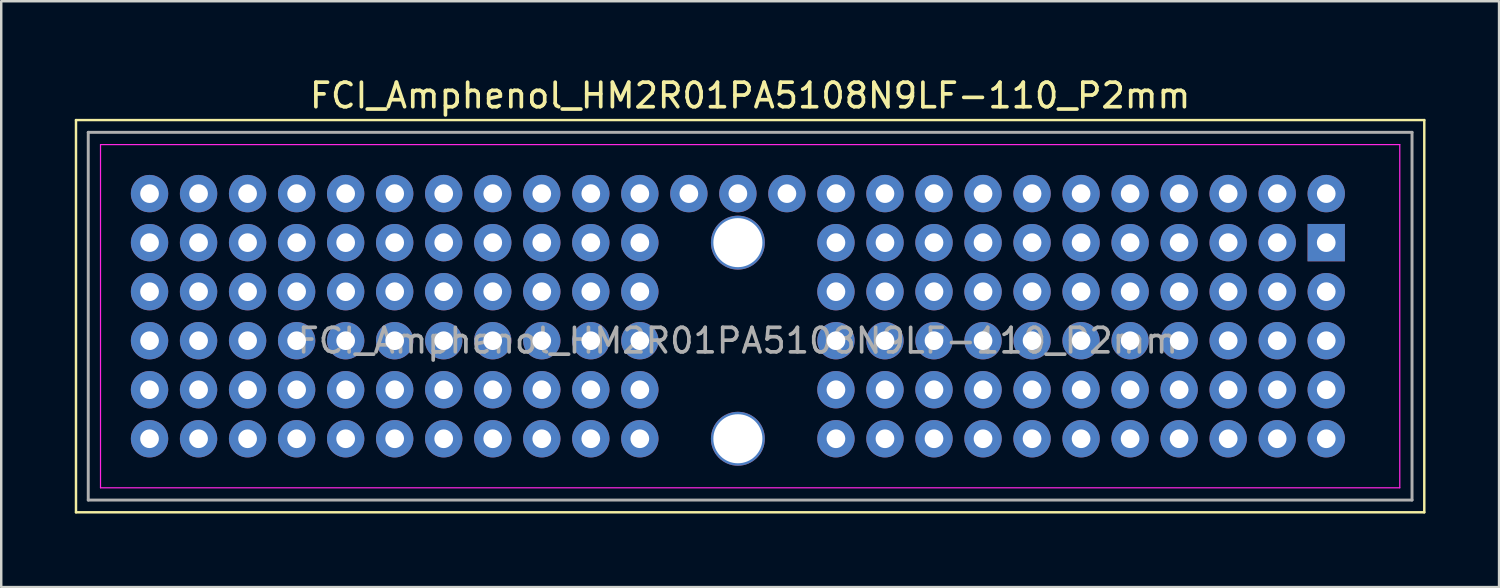
<source format=kicad_pcb>
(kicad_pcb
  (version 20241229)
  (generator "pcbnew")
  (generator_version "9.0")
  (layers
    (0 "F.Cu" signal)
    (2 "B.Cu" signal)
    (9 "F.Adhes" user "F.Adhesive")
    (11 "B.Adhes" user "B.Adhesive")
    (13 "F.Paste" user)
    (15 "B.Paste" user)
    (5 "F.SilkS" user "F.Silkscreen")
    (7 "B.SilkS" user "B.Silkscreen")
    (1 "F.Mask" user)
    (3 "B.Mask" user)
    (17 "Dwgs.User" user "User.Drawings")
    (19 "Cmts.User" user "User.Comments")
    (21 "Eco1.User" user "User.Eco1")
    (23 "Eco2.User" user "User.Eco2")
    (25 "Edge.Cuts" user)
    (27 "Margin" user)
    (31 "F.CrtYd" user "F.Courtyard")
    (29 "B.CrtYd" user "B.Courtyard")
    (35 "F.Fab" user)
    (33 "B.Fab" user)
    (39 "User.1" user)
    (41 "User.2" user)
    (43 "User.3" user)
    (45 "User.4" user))
  (footprint "FCI_Amphenol_HM2R01PA5108N9LF-110_P2mm"
    (layer "F.Cu")
    (at 51.05 6.848)
    (property "Reference" "FCI_Amphenol_HM2R01PA5108N9LF-110_P2mm" (at -23.5 -6 0) (layer "F.SilkS") (effects (font (size 1 1) (thickness 0.15))))
    (attr through_hole)
    (fp_line (start -51 -5) (end 4 -5) (stroke (width 0.1) (type solid)) (layer "F.SilkS"))
    (fp_line (start -51 11) (end -51 -5) (stroke (width 0.1) (type solid)) (layer "F.SilkS"))
    (fp_line (start 4 -5) (end 4 11) (stroke (width 0.1) (type solid)) (layer "F.SilkS"))
    (fp_line (start 4 11) (end -51 11) (stroke (width 0.1) (type solid)) (layer "F.SilkS"))
    (fp_line (start -50 -4) (end 3 -4) (stroke (width 0.05) (type solid)) (layer "F.CrtYd"))
    (fp_line (start -50 10) (end -50 -4) (stroke (width 0.05) (type solid)) (layer "F.CrtYd"))
    (fp_line (start 3 -4) (end 3 10) (stroke (width 0.05) (type solid)) (layer "F.CrtYd"))
    (fp_line (start 3 10) (end -50 10) (stroke (width 0.05) (type solid)) (layer "F.CrtYd"))
    (fp_line (start -50.5 -4.5) (end -50.5 10.5) (stroke (width 0.12) (type solid)) (layer "F.Fab"))
    (fp_line (start -50.5 -4.5) (end 3.5 -4.5) (stroke (width 0.12) (type solid)) (layer "F.Fab"))
    (fp_line (start 3.5 -4.5) (end 3.5 10.5) (stroke (width 0.12) (type solid)) (layer "F.Fab"))
    (fp_line (start 3.5 10.5) (end -50.5 10.5) (stroke (width 0.12) (type solid)) (layer "F.Fab"))
    (fp_text user "${REFERENCE}" (at -24 4 0) (layer "F.Fab") (effects (font (size 1 1) (thickness 0.15))))
    (pad "1" thru_hole rect (at 0 0) (size 1.524 1.524) (drill 0.762) (layers "*.Cu" "*.Mask"))
    (pad "2" thru_hole circle (at -2 0) (size 1.524 1.524) (drill 0.762) (layers "*.Cu" "*.Mask"))
    (pad "3" thru_hole circle (at -4 0) (size 1.524 1.524) (drill 0.762) (layers "*.Cu" "*.Mask"))
    (pad "4" thru_hole circle (at -6 0) (size 1.524 1.524) (drill 0.762) (layers "*.Cu" "*.Mask"))
    (pad "5" thru_hole circle (at -8 0) (size 1.524 1.524) (drill 0.762) (layers "*.Cu" "*.Mask"))
    (pad "6" thru_hole circle (at -10 0) (size 1.524 1.524) (drill 0.762) (layers "*.Cu" "*.Mask"))
    (pad "7" thru_hole circle (at -12 0) (size 1.524 1.524) (drill 0.762) (layers "*.Cu" "*.Mask"))
    (pad "8" thru_hole circle (at -14 0) (size 1.524 1.524) (drill 0.762) (layers "*.Cu" "*.Mask"))
    (pad "9" thru_hole circle (at -16 0) (size 1.524 1.524) (drill 0.762) (layers "*.Cu" "*.Mask"))
    (pad "10" thru_hole circle (at -18 0) (size 1.524 1.524) (drill 0.762) (layers "*.Cu" "*.Mask"))
    (pad "11" thru_hole circle (at -20 0) (size 1.524 1.524) (drill 0.762) (layers "*.Cu" "*.Mask"))
    (pad "12" thru_hole circle (at -28 0) (size 1.524 1.524) (drill 0.762) (layers "*.Cu" "*.Mask"))
    (pad "13" thru_hole circle (at -30 0) (size 1.524 1.524) (drill 0.762) (layers "*.Cu" "*.Mask"))
    (pad "14" thru_hole circle (at -32 0) (size 1.524 1.524) (drill 0.762) (layers "*.Cu" "*.Mask"))
    (pad "15" thru_hole circle (at -34 0) (size 1.524 1.524) (drill 0.762) (layers "*.Cu" "*.Mask"))
    (pad "16" thru_hole circle (at -36 0) (size 1.524 1.524) (drill 0.762) (layers "*.Cu" "*.Mask"))
    (pad "17" thru_hole circle (at -38 0) (size 1.524 1.524) (drill 0.762) (layers "*.Cu" "*.Mask"))
    (pad "18" thru_hole circle (at -40 0) (size 1.524 1.524) (drill 0.762) (layers "*.Cu" "*.Mask"))
    (pad "19" thru_hole circle (at -42 0) (size 1.524 1.524) (drill 0.762) (layers "*.Cu" "*.Mask"))
    (pad "20" thru_hole circle (at -44 0) (size 1.524 1.524) (drill 0.762) (layers "*.Cu" "*.Mask"))
    (pad "21" thru_hole circle (at -46 0) (size 1.524 1.524) (drill 0.762) (layers "*.Cu" "*.Mask"))
    (pad "22" thru_hole circle (at -48 0) (size 1.524 1.524) (drill 0.762) (layers "*.Cu" "*.Mask"))
    (pad "23" thru_hole circle (at 0 2) (size 1.524 1.524) (drill 0.762) (layers "*.Cu" "*.Mask"))
    (pad "24" thru_hole circle (at -2 2) (size 1.524 1.524) (drill 0.762) (layers "*.Cu" "*.Mask"))
    (pad "25" thru_hole circle (at -4 2) (size 1.524 1.524) (drill 0.762) (layers "*.Cu" "*.Mask"))
    (pad "26" thru_hole circle (at -6 2) (size 1.524 1.524) (drill 0.762) (layers "*.Cu" "*.Mask"))
    (pad "27" thru_hole circle (at -8 2) (size 1.524 1.524) (drill 0.762) (layers "*.Cu" "*.Mask"))
    (pad "28" thru_hole circle (at -10 2) (size 1.524 1.524) (drill 0.762) (layers "*.Cu" "*.Mask"))
    (pad "29" thru_hole circle (at -12 2) (size 1.524 1.524) (drill 0.762) (layers "*.Cu" "*.Mask"))
    (pad "30" thru_hole circle (at -14 2) (size 1.524 1.524) (drill 0.762) (layers "*.Cu" "*.Mask"))
    (pad "31" thru_hole circle (at -16 2) (size 1.524 1.524) (drill 0.762) (layers "*.Cu" "*.Mask"))
    (pad "32" thru_hole circle (at -18 2) (size 1.524 1.524) (drill 0.762) (layers "*.Cu" "*.Mask"))
    (pad "33" thru_hole circle (at -20 2) (size 1.524 1.524) (drill 0.762) (layers "*.Cu" "*.Mask"))
    (pad "34" thru_hole circle (at -28 2) (size 1.524 1.524) (drill 0.762) (layers "*.Cu" "*.Mask"))
    (pad "35" thru_hole circle (at -30 2) (size 1.524 1.524) (drill 0.762) (layers "*.Cu" "*.Mask"))
    (pad "36" thru_hole circle (at -32 2) (size 1.524 1.524) (drill 0.762) (layers "*.Cu" "*.Mask"))
    (pad "37" thru_hole circle (at -34 2) (size 1.524 1.524) (drill 0.762) (layers "*.Cu" "*.Mask"))
    (pad "38" thru_hole circle (at -36 2) (size 1.524 1.524) (drill 0.762) (layers "*.Cu" "*.Mask"))
    (pad "39" thru_hole circle (at -38 2) (size 1.524 1.524) (drill 0.762) (layers "*.Cu" "*.Mask"))
    (pad "40" thru_hole circle (at -40 2) (size 1.524 1.524) (drill 0.762) (layers "*.Cu" "*.Mask"))
    (pad "41" thru_hole circle (at -42 2) (size 1.524 1.524) (drill 0.762) (layers "*.Cu" "*.Mask"))
    (pad "42" thru_hole circle (at -44 2) (size 1.524 1.524) (drill 0.762) (layers "*.Cu" "*.Mask"))
    (pad "43" thru_hole circle (at -46 2) (size 1.524 1.524) (drill 0.762) (layers "*.Cu" "*.Mask"))
    (pad "44" thru_hole circle (at -48 2) (size 1.524 1.524) (drill 0.762) (layers "*.Cu" "*.Mask"))
    (pad "45" thru_hole circle (at 0 4) (size 1.524 1.524) (drill 0.762) (layers "*.Cu" "*.Mask"))
    (pad "46" thru_hole circle (at -2 4) (size 1.524 1.524) (drill 0.762) (layers "*.Cu" "*.Mask"))
    (pad "47" thru_hole circle (at -4 4) (size 1.524 1.524) (drill 0.762) (layers "*.Cu" "*.Mask"))
    (pad "48" thru_hole circle (at -6 4) (size 1.524 1.524) (drill 0.762) (layers "*.Cu" "*.Mask"))
    (pad "49" thru_hole circle (at -8 4) (size 1.524 1.524) (drill 0.762) (layers "*.Cu" "*.Mask"))
    (pad "50" thru_hole circle (at -10 4) (size 1.524 1.524) (drill 0.762) (layers "*.Cu" "*.Mask"))
    (pad "51" thru_hole circle (at -12 4) (size 1.524 1.524) (drill 0.762) (layers "*.Cu" "*.Mask"))
    (pad "52" thru_hole circle (at -14 4) (size 1.524 1.524) (drill 0.762) (layers "*.Cu" "*.Mask"))
    (pad "53" thru_hole circle (at -16 4) (size 1.524 1.524) (drill 0.762) (layers "*.Cu" "*.Mask"))
    (pad "54" thru_hole circle (at -18 4) (size 1.524 1.524) (drill 0.762) (layers "*.Cu" "*.Mask"))
    (pad "55" thru_hole circle (at -20 4) (size 1.524 1.524) (drill 0.762) (layers "*.Cu" "*.Mask"))
    (pad "56" thru_hole circle (at -28 4) (size 1.524 1.524) (drill 0.762) (layers "*.Cu" "*.Mask"))
    (pad "57" thru_hole circle (at -30 4) (size 1.524 1.524) (drill 0.762) (layers "*.Cu" "*.Mask"))
    (pad "58" thru_hole circle (at -32 4) (size 1.524 1.524) (drill 0.762) (layers "*.Cu" "*.Mask"))
    (pad "59" thru_hole circle (at -34 4) (size 1.524 1.524) (drill 0.762) (layers "*.Cu" "*.Mask"))
    (pad "60" thru_hole circle (at -36 4) (size 1.524 1.524) (drill 0.762) (layers "*.Cu" "*.Mask"))
    (pad "61" thru_hole circle (at -38 4) (size 1.524 1.524) (drill 0.762) (layers "*.Cu" "*.Mask"))
    (pad "62" thru_hole circle (at -40 4) (size 1.524 1.524) (drill 0.762) (layers "*.Cu" "*.Mask"))
    (pad "63" thru_hole circle (at -42 4) (size 1.524 1.524) (drill 0.762) (layers "*.Cu" "*.Mask"))
    (pad "64" thru_hole circle (at -44 4) (size 1.524 1.524) (drill 0.762) (layers "*.Cu" "*.Mask"))
    (pad "65" thru_hole circle (at -46 4) (size 1.524 1.524) (drill 0.762) (layers "*.Cu" "*.Mask"))
    (pad "66" thru_hole circle (at -48 4) (size 1.524 1.524) (drill 0.762) (layers "*.Cu" "*.Mask"))
    (pad "67" thru_hole circle (at 0 6) (size 1.524 1.524) (drill 0.762) (layers "*.Cu" "*.Mask"))
    (pad "68" thru_hole circle (at -2 6) (size 1.524 1.524) (drill 0.762) (layers "*.Cu" "*.Mask"))
    (pad "69" thru_hole circle (at -4 6) (size 1.524 1.524) (drill 0.762) (layers "*.Cu" "*.Mask"))
    (pad "70" thru_hole circle (at -6 6) (size 1.524 1.524) (drill 0.762) (layers "*.Cu" "*.Mask"))
    (pad "71" thru_hole circle (at -8 6) (size 1.524 1.524) (drill 0.762) (layers "*.Cu" "*.Mask"))
    (pad "72" thru_hole circle (at -10 6) (size 1.524 1.524) (drill 0.762) (layers "*.Cu" "*.Mask"))
    (pad "73" thru_hole circle (at -12 6) (size 1.524 1.524) (drill 0.762) (layers "*.Cu" "*.Mask"))
    (pad "74" thru_hole circle (at -14 6) (size 1.524 1.524) (drill 0.762) (layers "*.Cu" "*.Mask"))
    (pad "75" thru_hole circle (at -16 6) (size 1.524 1.524) (drill 0.762) (layers "*.Cu" "*.Mask"))
    (pad "76" thru_hole circle (at -18 6) (size 1.524 1.524) (drill 0.762) (layers "*.Cu" "*.Mask"))
    (pad "77" thru_hole circle (at -20 6) (size 1.524 1.524) (drill 0.762) (layers "*.Cu" "*.Mask"))
    (pad "78" thru_hole circle (at -28 6) (size 1.524 1.524) (drill 0.762) (layers "*.Cu" "*.Mask"))
    (pad "79" thru_hole circle (at -30 6) (size 1.524 1.524) (drill 0.762) (layers "*.Cu" "*.Mask"))
    (pad "80" thru_hole circle (at -32 6) (size 1.524 1.524) (drill 0.762) (layers "*.Cu" "*.Mask"))
    (pad "81" thru_hole circle (at -34 6) (size 1.524 1.524) (drill 0.762) (layers "*.Cu" "*.Mask"))
    (pad "82" thru_hole circle (at -36 6) (size 1.524 1.524) (drill 0.762) (layers "*.Cu" "*.Mask"))
    (pad "83" thru_hole circle (at -38 6) (size 1.524 1.524) (drill 0.762) (layers "*.Cu" "*.Mask"))
    (pad "84" thru_hole circle (at -40 6) (size 1.524 1.524) (drill 0.762) (layers "*.Cu" "*.Mask"))
    (pad "85" thru_hole circle (at -42 6) (size 1.524 1.524) (drill 0.762) (layers "*.Cu" "*.Mask"))
    (pad "86" thru_hole circle (at -44 6) (size 1.524 1.524) (drill 0.762) (layers "*.Cu" "*.Mask"))
    (pad "87" thru_hole circle (at -46 6) (size 1.524 1.524) (drill 0.762) (layers "*.Cu" "*.Mask"))
    (pad "88" thru_hole circle (at -48 6) (size 1.524 1.524) (drill 0.762) (layers "*.Cu" "*.Mask"))
    (pad "89" thru_hole circle (at 0 8) (size 1.524 1.524) (drill 0.762) (layers "*.Cu" "*.Mask"))
    (pad "90" thru_hole circle (at -2 8) (size 1.524 1.524) (drill 0.762) (layers "*.Cu" "*.Mask"))
    (pad "91" thru_hole circle (at -4 8) (size 1.524 1.524) (drill 0.762) (layers "*.Cu" "*.Mask"))
    (pad "92" thru_hole circle (at -6 8) (size 1.524 1.524) (drill 0.762) (layers "*.Cu" "*.Mask"))
    (pad "93" thru_hole circle (at -8 8) (size 1.524 1.524) (drill 0.762) (layers "*.Cu" "*.Mask"))
    (pad "94" thru_hole circle (at -10 8) (size 1.524 1.524) (drill 0.762) (layers "*.Cu" "*.Mask"))
    (pad "95" thru_hole circle (at -12 8) (size 1.524 1.524) (drill 0.762) (layers "*.Cu" "*.Mask"))
    (pad "96" thru_hole circle (at -14 8) (size 1.524 1.524) (drill 0.762) (layers "*.Cu" "*.Mask"))
    (pad "97" thru_hole circle (at -16 8) (size 1.524 1.524) (drill 0.762) (layers "*.Cu" "*.Mask"))
    (pad "98" thru_hole circle (at -18 8) (size 1.524 1.524) (drill 0.762) (layers "*.Cu" "*.Mask"))
    (pad "99" thru_hole circle (at -20 8) (size 1.524 1.524) (drill 0.762) (layers "*.Cu" "*.Mask"))
    (pad "100" thru_hole circle (at -28 8) (size 1.524 1.524) (drill 0.762) (layers "*.Cu" "*.Mask"))
    (pad "101" thru_hole circle (at -30 8) (size 1.524 1.524) (drill 0.762) (layers "*.Cu" "*.Mask"))
    (pad "102" thru_hole circle (at -32 8) (size 1.524 1.524) (drill 0.762) (layers "*.Cu" "*.Mask"))
    (pad "103" thru_hole circle (at -34 8) (size 1.524 1.524) (drill 0.762) (layers "*.Cu" "*.Mask"))
    (pad "104" thru_hole circle (at -36 8) (size 1.524 1.524) (drill 0.762) (layers "*.Cu" "*.Mask"))
    (pad "105" thru_hole circle (at -38 8) (size 1.524 1.524) (drill 0.762) (layers "*.Cu" "*.Mask"))
    (pad "106" thru_hole circle (at -40 8) (size 1.524 1.524) (drill 0.762) (layers "*.Cu" "*.Mask"))
    (pad "107" thru_hole circle (at -42 8) (size 1.524 1.524) (drill 0.762) (layers "*.Cu" "*.Mask"))
    (pad "108" thru_hole circle (at -44 8) (size 1.524 1.524) (drill 0.762) (layers "*.Cu" "*.Mask"))
    (pad "109" thru_hole circle (at -46 8) (size 1.524 1.524) (drill 0.762) (layers "*.Cu" "*.Mask"))
    (pad "110" thru_hole circle (at -48 8) (size 1.524 1.524) (drill 0.762) (layers "*.Cu" "*.Mask"))
    (pad "MH1" thru_hole circle (at -24 0) (size 2.2 2.2) (drill 2) (layers "*.Cu" "*.Mask"))
    (pad "MH2" thru_hole circle (at -24 8) (size 2.2 2.2) (drill 2) (layers "*.Cu" "*.Mask"))
    (pad "MH3" thru_hole circle (at 0 -2) (size 1.524 1.524) (drill 0.762) (layers "*.Cu" "*.Mask"))
    (pad "MH4" thru_hole circle (at -2 -2) (size 1.524 1.524) (drill 0.762) (layers "*.Cu" "*.Mask"))
    (pad "MH5" thru_hole circle (at -4 -2) (size 1.524 1.524) (drill 0.762) (layers "*.Cu" "*.Mask"))
    (pad "MH6" thru_hole circle (at -6 -2) (size 1.524 1.524) (drill 0.762) (layers "*.Cu" "*.Mask"))
    (pad "MH7" thru_hole circle (at -8 -2) (size 1.524 1.524) (drill 0.762) (layers "*.Cu" "*.Mask"))
    (pad "MH8" thru_hole circle (at -10 -2) (size 1.524 1.524) (drill 0.762) (layers "*.Cu" "*.Mask"))
    (pad "MH9" thru_hole circle (at -12 -2) (size 1.524 1.524) (drill 0.762) (layers "*.Cu" "*.Mask"))
    (pad "MH10" thru_hole circle (at -14 -2) (size 1.524 1.524) (drill 0.762) (layers "*.Cu" "*.Mask"))
    (pad "MH11" thru_hole circle (at -16 -2) (size 1.524 1.524) (drill 0.762) (layers "*.Cu" "*.Mask"))
    (pad "MH12" thru_hole circle (at -48 -2) (size 1.524 1.524) (drill 0.762) (layers "*.Cu" "*.Mask"))
    (pad "MH12" thru_hole circle (at -46 -2) (size 1.524 1.524) (drill 0.762) (layers "*.Cu" "*.Mask"))
    (pad "MH12" thru_hole circle (at -44 -2) (size 1.524 1.524) (drill 0.762) (layers "*.Cu" "*.Mask"))
    (pad "MH12" thru_hole circle (at -42 -2) (size 1.524 1.524) (drill 0.762) (layers "*.Cu" "*.Mask"))
    (pad "MH12" thru_hole circle (at -40 -2) (size 1.524 1.524) (drill 0.762) (layers "*.Cu" "*.Mask"))
    (pad "MH12" thru_hole circle (at -38 -2) (size 1.524 1.524) (drill 0.762) (layers "*.Cu" "*.Mask"))
    (pad "MH12" thru_hole circle (at -36 -2) (size 1.524 1.524) (drill 0.762) (layers "*.Cu" "*.Mask"))
    (pad "MH12" thru_hole circle (at -34 -2) (size 1.524 1.524) (drill 0.762) (layers "*.Cu" "*.Mask"))
    (pad "MH12" thru_hole circle (at -32 -2) (size 1.524 1.524) (drill 0.762) (layers "*.Cu" "*.Mask"))
    (pad "MH12" thru_hole circle (at -30 -2) (size 1.524 1.524) (drill 0.762) (layers "*.Cu" "*.Mask"))
    (pad "MH12" thru_hole circle (at -28 -2) (size 1.524 1.524) (drill 0.762) (layers "*.Cu" "*.Mask"))
    (pad "MH12" thru_hole circle (at -26 -2) (size 1.524 1.524) (drill 0.762) (layers "*.Cu" "*.Mask"))
    (pad "MH12" thru_hole circle (at -24 -2) (size 1.524 1.524) (drill 0.762) (layers "*.Cu" "*.Mask"))
    (pad "MH12" thru_hole circle (at -22 -2) (size 1.524 1.524) (drill 0.762) (layers "*.Cu" "*.Mask"))
    (pad "MH12" thru_hole circle (at -20 -2) (size 1.524 1.524) (drill 0.762) (layers "*.Cu" "*.Mask"))
    (pad "MH12" thru_hole circle (at -18 -2) (size 1.524 1.524) (drill 0.762) (layers "*.Cu" "*.Mask")))
  (gr_rect
    (start -3 -3)
    (end 58.1 20.898)
    (stroke (width 0.1) (type default))
    (fill no)
    (layer "Edge.Cuts")))
</source>
